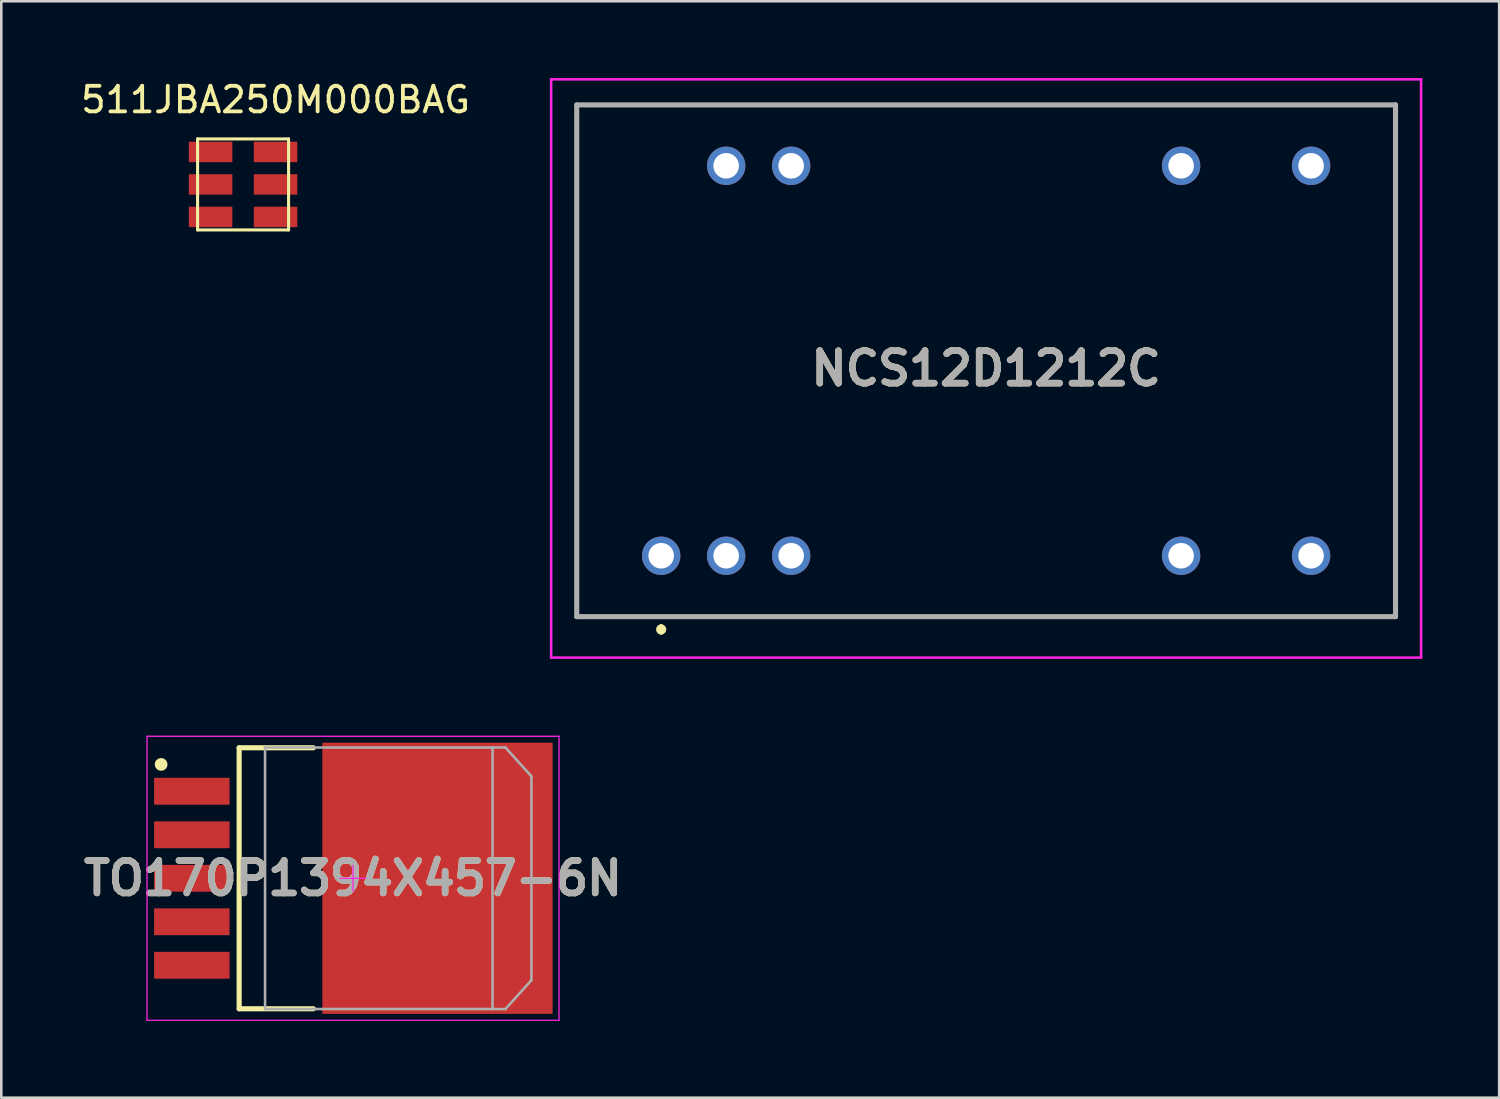
<source format=kicad_pcb>
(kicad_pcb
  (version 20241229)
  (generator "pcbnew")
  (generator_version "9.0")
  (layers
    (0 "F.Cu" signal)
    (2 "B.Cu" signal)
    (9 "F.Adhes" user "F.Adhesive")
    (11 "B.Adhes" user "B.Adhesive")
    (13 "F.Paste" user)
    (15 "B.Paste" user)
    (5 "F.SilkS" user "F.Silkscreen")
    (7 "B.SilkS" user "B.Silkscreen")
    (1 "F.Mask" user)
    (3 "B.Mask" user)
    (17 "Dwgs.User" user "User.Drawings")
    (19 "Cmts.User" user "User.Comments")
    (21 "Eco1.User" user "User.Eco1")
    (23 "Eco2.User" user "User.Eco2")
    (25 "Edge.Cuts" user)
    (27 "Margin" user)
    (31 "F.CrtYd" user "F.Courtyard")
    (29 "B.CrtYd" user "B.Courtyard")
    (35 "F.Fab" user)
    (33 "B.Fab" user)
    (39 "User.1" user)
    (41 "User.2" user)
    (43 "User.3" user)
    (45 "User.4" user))
  (footprint "TO170P1394X457-6N"
    (layer "F.Cu")
    (at 10.747 31.275)
    (property "Reference" "TO170P1394X457-6N" (at 0 0 0) (layer "F.SilkS") (effects (font (size 1.27 1.27) (thickness 0.254))))
    (attr smd)
    (fp_line (start -4.45 -5.1) (end -1.55 -5.1) (stroke (width 0.2) (type solid)) (layer "F.SilkS"))
    (fp_line (start -4.45 5.1) (end -4.45 -5.1) (stroke (width 0.2) (type solid)) (layer "F.SilkS"))
    (fp_line (start -1.55 5.1) (end -4.45 5.1) (stroke (width 0.2) (type solid)) (layer "F.SilkS"))
    (fp_circle (center -7.5 -4.45) (end -7.5 -4.325) (stroke (width 0.25) (type solid)) (fill no) (layer "F.SilkS"))
    (fp_line (start -8.05 -5.55) (end -8.05 5.55) (stroke (width 0.05) (type solid)) (layer "F.CrtYd"))
    (fp_line (start -8.05 5.55) (end 8.05 5.55) (stroke (width 0.05) (type solid)) (layer "F.CrtYd"))
    (fp_line (start -3.692 -5.27) (end -3.692 5.27) (stroke (width 0.001) (type solid)) (layer "F.CrtYd"))
    (fp_line (start -3.692 5.27) (end 5.708 5.27) (stroke (width 0.001) (type solid)) (layer "F.CrtYd"))
    (fp_line (start -0.5 0) (end 0.5 0) (stroke (width 0.05) (type solid)) (layer "F.CrtYd"))
    (fp_line (start 0 0.5) (end 0 -0.5) (stroke (width 0.05) (type solid)) (layer "F.CrtYd"))
    (fp_line (start 5.708 -5.27) (end -3.692 -5.27) (stroke (width 0.001) (type solid)) (layer "F.CrtYd"))
    (fp_line (start 5.708 5.27) (end 5.708 -5.27) (stroke (width 0.001) (type solid)) (layer "F.CrtYd"))
    (fp_line (start 8.05 -5.55) (end -8.05 -5.55) (stroke (width 0.05) (type solid)) (layer "F.CrtYd"))
    (fp_line (start 8.05 5.55) (end 8.05 -5.55) (stroke (width 0.05) (type solid)) (layer "F.CrtYd"))
    (fp_line (start -3.438 -5.11) (end -3.438 5.11) (stroke (width 0.1) (type solid)) (layer "F.Fab"))
    (fp_line (start -3.438 5.11) (end 5.453 5.11) (stroke (width 0.1) (type solid)) (layer "F.Fab"))
    (fp_line (start 5.452 5.112) (end 5.954 5.112) (stroke (width 0.1) (type solid)) (layer "F.Fab"))
    (fp_line (start 5.453 -5.11) (end -3.438 -5.11) (stroke (width 0.1) (type solid)) (layer "F.Fab"))
    (fp_line (start 5.453 5.11) (end 5.453 -5.11) (stroke (width 0.1) (type solid)) (layer "F.Fab"))
    (fp_line (start 5.954 -5.113) (end 5.452 -5.113) (stroke (width 0.1) (type solid)) (layer "F.Fab"))
    (fp_line (start 5.954 5.112) (end 6.972 3.984) (stroke (width 0.1) (type solid)) (layer "F.Fab"))
    (fp_line (start 6.972 -3.985) (end 5.954 -5.113) (stroke (width 0.1) (type solid)) (layer "F.Fab"))
    (fp_line (start 6.972 3.984) (end 6.972 -3.985) (stroke (width 0.1) (type solid)) (layer "F.Fab"))
    (fp_text user "${REFERENCE}" (at 0 0 0) (layer "F.Fab") (effects (font (size 1.27 1.27) (thickness 0.254))))
    (pad "1" smd rect (at -6.3 -3.4 90) (size 1.05 2.95) (layers "F.Cu" "F.Mask" "F.Paste"))
    (pad "2" smd rect (at -6.3 -1.7 90) (size 1.05 2.95) (layers "F.Cu" "F.Mask" "F.Paste"))
    (pad "3" smd rect (at -6.3 0 90) (size 1.05 2.95) (layers "F.Cu" "F.Mask" "F.Paste"))
    (pad "4" smd rect (at -6.3 1.7 90) (size 1.05 2.95) (layers "F.Cu" "F.Mask" "F.Paste"))
    (pad "5" smd rect (at -6.3 3.4 90) (size 1.05 2.95) (layers "F.Cu" "F.Mask" "F.Paste"))
    (pad "6" smd rect (at 3.3 0) (size 9 10.6) (layers "F.Cu" "F.Mask" "F.Paste")))
  (footprint "NCS12D1212C"
    (layer "F.Cu")
    (at 35.49 11.35)
    (property "Reference" "NCS12D1212C" (at 0 0 0) (layer "F.SilkS") (effects (font (size 1.27 1.27) (thickness 0.254))))
    (attr through_hole)
    (fp_line (start -16 -10.3) (end 16 -10.3) (stroke (width 0.1) (type solid)) (layer "F.SilkS"))
    (fp_line (start -16 9.7) (end -16 -10.3) (stroke (width 0.1) (type solid)) (layer "F.SilkS"))
    (fp_line (start -12.7 10.1) (end -12.7 10.1) (stroke (width 0.2) (type solid)) (layer "F.SilkS"))
    (fp_line (start -12.7 10.3) (end -12.7 10.3) (stroke (width 0.2) (type solid)) (layer "F.SilkS"))
    (fp_line (start 16 -10.3) (end 16 9.7) (stroke (width 0.1) (type solid)) (layer "F.SilkS"))
    (fp_line (start 16 9.7) (end -16 9.7) (stroke (width 0.1) (type solid)) (layer "F.SilkS"))
    (fp_arc (start -12.7 10.1) (mid -12.6 10.2) (end -12.7 10.3) (stroke (width 0.2) (type solid)) (layer "F.SilkS"))
    (fp_arc (start -12.7 10.3) (mid -12.8 10.2) (end -12.7 10.1) (stroke (width 0.2) (type solid)) (layer "F.SilkS"))
    (fp_line (start -17 -11.3) (end 17 -11.3) (stroke (width 0.1) (type solid)) (layer "F.CrtYd"))
    (fp_line (start -17 11.3) (end -17 -11.3) (stroke (width 0.1) (type solid)) (layer "F.CrtYd"))
    (fp_line (start 17 -11.3) (end 17 11.3) (stroke (width 0.1) (type solid)) (layer "F.CrtYd"))
    (fp_line (start 17 11.3) (end -17 11.3) (stroke (width 0.1) (type solid)) (layer "F.CrtYd"))
    (fp_line (start -16 -10.3) (end 16 -10.3) (stroke (width 0.2) (type solid)) (layer "F.Fab"))
    (fp_line (start -16 9.7) (end -16 -10.3) (stroke (width 0.2) (type solid)) (layer "F.Fab"))
    (fp_line (start 16 -10.3) (end 16 9.7) (stroke (width 0.2) (type solid)) (layer "F.Fab"))
    (fp_line (start 16 9.7) (end -16 9.7) (stroke (width 0.2) (type solid)) (layer "F.Fab"))
    (fp_text user "${REFERENCE}" (at 0 0 0) (layer "F.Fab") (effects (font (size 1.27 1.27) (thickness 0.254))))
    (pad "1" thru_hole circle (at -12.7 7.32) (size 1.5 1.5) (drill 1) (layers "*.Cu" "*.Mask"))
    (pad "2" thru_hole circle (at -10.16 7.32) (size 1.5 1.5) (drill 1) (layers "*.Cu" "*.Mask"))
    (pad "3" thru_hole circle (at -7.62 7.32) (size 1.5 1.5) (drill 1) (layers "*.Cu" "*.Mask"))
    (pad "9" thru_hole circle (at 7.62 7.32) (size 1.5 1.5) (drill 1) (layers "*.Cu" "*.Mask"))
    (pad "11" thru_hole circle (at 12.7 7.32) (size 1.5 1.5) (drill 1) (layers "*.Cu" "*.Mask"))
    (pad "14" thru_hole circle (at 12.7 -7.92) (size 1.5 1.5) (drill 1) (layers "*.Cu" "*.Mask"))
    (pad "16" thru_hole circle (at 7.62 -7.92) (size 1.5 1.5) (drill 1) (layers "*.Cu" "*.Mask"))
    (pad "22" thru_hole circle (at -7.62 -7.92) (size 1.5 1.5) (drill 1) (layers "*.Cu" "*.Mask"))
    (pad "23" thru_hole circle (at -10.16 -7.92) (size 1.5 1.5) (drill 1) (layers "*.Cu" "*.Mask")))
  (footprint "511JBA250M000BAG"
    (layer "F.Cu")
    (at 7.72 0.348)
    (property "Reference" "511JBA250M000BAG" (at 0 0.5 0) (layer "F.SilkS") (effects (font (size 1 1) (thickness 0.15))))
    (attr through_hole)
    (fp_line (start -3.048 2.032) (end 0.508 2.032) (stroke (width 0.12) (type solid)) (layer "F.SilkS"))
    (fp_line (start -3.048 5.588) (end -3.048 2.032) (stroke (width 0.12) (type solid)) (layer "F.SilkS"))
    (fp_line (start 0.508 2.032) (end 0.508 5.588) (stroke (width 0.12) (type solid)) (layer "F.SilkS"))
    (fp_line (start 0.508 5.588) (end -3.048 5.588) (stroke (width 0.12) (type solid)) (layer "F.SilkS"))
    (pad "1" smd rect (at -2.54 2.54) (size 1.7 0.8) (layers "F.Cu" "F.Mask" "F.Paste"))
    (pad "2" smd rect (at -2.54 3.81) (size 1.7 0.8) (layers "F.Cu" "F.Mask" "F.Paste"))
    (pad "3" smd rect (at -2.54 5.08) (size 1.7 0.8) (layers "F.Cu" "F.Mask" "F.Paste"))
    (pad "4" smd rect (at 0 2.54) (size 1.7 0.8) (layers "F.Cu" "F.Mask" "F.Paste"))
    (pad "5" smd rect (at 0 3.81) (size 1.7 0.8) (layers "F.Cu" "F.Mask" "F.Paste"))
    (pad "6" smd rect (at 0 5.08) (size 1.7 0.8) (layers "F.Cu" "F.Mask" "F.Paste")))
  (gr_rect
    (start -3 -3)
    (end 55.54 39.85)
    (stroke (width 0.1) (type default))
    (fill no)
    (layer "Edge.Cuts")))
</source>
